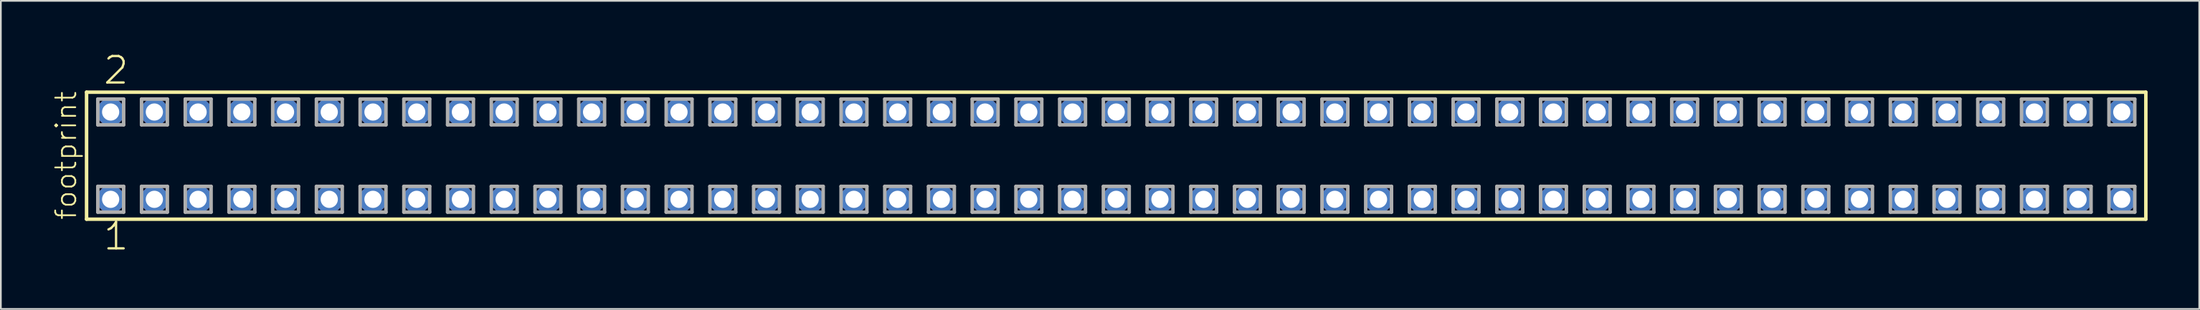
<source format=kicad_pcb>
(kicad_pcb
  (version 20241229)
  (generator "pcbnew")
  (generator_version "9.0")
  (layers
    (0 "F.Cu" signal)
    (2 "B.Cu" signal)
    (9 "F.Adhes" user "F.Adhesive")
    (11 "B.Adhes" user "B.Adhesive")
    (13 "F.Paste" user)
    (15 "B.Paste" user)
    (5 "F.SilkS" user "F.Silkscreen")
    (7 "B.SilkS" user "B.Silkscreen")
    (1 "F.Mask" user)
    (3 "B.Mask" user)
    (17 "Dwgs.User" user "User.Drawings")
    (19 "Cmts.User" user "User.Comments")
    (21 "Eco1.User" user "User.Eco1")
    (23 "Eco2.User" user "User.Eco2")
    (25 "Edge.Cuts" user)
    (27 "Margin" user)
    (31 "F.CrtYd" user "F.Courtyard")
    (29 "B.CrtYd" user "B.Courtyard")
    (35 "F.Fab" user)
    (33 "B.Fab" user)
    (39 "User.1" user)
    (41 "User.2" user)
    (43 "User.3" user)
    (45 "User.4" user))
  (footprint "footprint"
    (layer "F.Cu")
    (at 61.798 6.009)
    (property "Reference" "footprint" (at -60.325 3.81 90) (layer "F.SilkS") (effects (font (size 1.168 1.168) (thickness 0.102)) (justify left bottom)))
    (fp_line (start -59.819 -3.695) (end 59.819 -3.695) (stroke (width 0.203) (type solid)) (layer "F.SilkS"))
    (fp_line (start -59.819 3.695) (end -59.819 -3.695) (stroke (width 0.203) (type solid)) (layer "F.SilkS"))
    (fp_line (start 59.819 -3.695) (end 59.819 3.695) (stroke (width 0.203) (type solid)) (layer "F.SilkS"))
    (fp_line (start 59.819 3.695) (end -59.819 3.695) (stroke (width 0.203) (type solid)) (layer "F.SilkS"))
    (fp_line (start -59.165 -3.295) (end -57.665 -3.295) (stroke (width 0.203) (type solid)) (layer "F.Fab"))
    (fp_line (start -59.165 -1.795) (end -59.165 -3.295) (stroke (width 0.203) (type solid)) (layer "F.Fab"))
    (fp_line (start -59.165 1.785) (end -57.665 1.785) (stroke (width 0.203) (type solid)) (layer "F.Fab"))
    (fp_line (start -59.165 3.285) (end -59.165 1.785) (stroke (width 0.203) (type solid)) (layer "F.Fab"))
    (fp_line (start -57.665 -3.295) (end -57.665 -1.795) (stroke (width 0.203) (type solid)) (layer "F.Fab"))
    (fp_line (start -57.665 -1.795) (end -59.165 -1.795) (stroke (width 0.203) (type solid)) (layer "F.Fab"))
    (fp_line (start -57.665 1.785) (end -57.665 3.285) (stroke (width 0.203) (type solid)) (layer "F.Fab"))
    (fp_line (start -57.665 3.285) (end -59.165 3.285) (stroke (width 0.203) (type solid)) (layer "F.Fab"))
    (fp_line (start -56.625 -3.295) (end -55.125 -3.295) (stroke (width 0.203) (type solid)) (layer "F.Fab"))
    (fp_line (start -56.625 -1.795) (end -56.625 -3.295) (stroke (width 0.203) (type solid)) (layer "F.Fab"))
    (fp_line (start -56.625 1.785) (end -55.125 1.785) (stroke (width 0.203) (type solid)) (layer "F.Fab"))
    (fp_line (start -56.625 3.285) (end -56.625 1.785) (stroke (width 0.203) (type solid)) (layer "F.Fab"))
    (fp_line (start -55.125 -3.295) (end -55.125 -1.795) (stroke (width 0.203) (type solid)) (layer "F.Fab"))
    (fp_line (start -55.125 -1.795) (end -56.625 -1.795) (stroke (width 0.203) (type solid)) (layer "F.Fab"))
    (fp_line (start -55.125 1.785) (end -55.125 3.285) (stroke (width 0.203) (type solid)) (layer "F.Fab"))
    (fp_line (start -55.125 3.285) (end -56.625 3.285) (stroke (width 0.203) (type solid)) (layer "F.Fab"))
    (fp_line (start -54.085 -3.295) (end -52.585 -3.295) (stroke (width 0.203) (type solid)) (layer "F.Fab"))
    (fp_line (start -54.085 -1.795) (end -54.085 -3.295) (stroke (width 0.203) (type solid)) (layer "F.Fab"))
    (fp_line (start -54.085 1.785) (end -52.585 1.785) (stroke (width 0.203) (type solid)) (layer "F.Fab"))
    (fp_line (start -54.085 3.285) (end -54.085 1.785) (stroke (width 0.203) (type solid)) (layer "F.Fab"))
    (fp_line (start -52.585 -3.295) (end -52.585 -1.795) (stroke (width 0.203) (type solid)) (layer "F.Fab"))
    (fp_line (start -52.585 -1.795) (end -54.085 -1.795) (stroke (width 0.203) (type solid)) (layer "F.Fab"))
    (fp_line (start -52.585 1.785) (end -52.585 3.285) (stroke (width 0.203) (type solid)) (layer "F.Fab"))
    (fp_line (start -52.585 3.285) (end -54.085 3.285) (stroke (width 0.203) (type solid)) (layer "F.Fab"))
    (fp_line (start -51.545 -3.295) (end -50.045 -3.295) (stroke (width 0.203) (type solid)) (layer "F.Fab"))
    (fp_line (start -51.545 -1.795) (end -51.545 -3.295) (stroke (width 0.203) (type solid)) (layer "F.Fab"))
    (fp_line (start -51.545 1.785) (end -50.045 1.785) (stroke (width 0.203) (type solid)) (layer "F.Fab"))
    (fp_line (start -51.545 3.285) (end -51.545 1.785) (stroke (width 0.203) (type solid)) (layer "F.Fab"))
    (fp_line (start -50.045 -3.295) (end -50.045 -1.795) (stroke (width 0.203) (type solid)) (layer "F.Fab"))
    (fp_line (start -50.045 -1.795) (end -51.545 -1.795) (stroke (width 0.203) (type solid)) (layer "F.Fab"))
    (fp_line (start -50.045 1.785) (end -50.045 3.285) (stroke (width 0.203) (type solid)) (layer "F.Fab"))
    (fp_line (start -50.045 3.285) (end -51.545 3.285) (stroke (width 0.203) (type solid)) (layer "F.Fab"))
    (fp_line (start -49.005 -3.295) (end -47.505 -3.295) (stroke (width 0.203) (type solid)) (layer "F.Fab"))
    (fp_line (start -49.005 -1.795) (end -49.005 -3.295) (stroke (width 0.203) (type solid)) (layer "F.Fab"))
    (fp_line (start -49.005 1.785) (end -47.505 1.785) (stroke (width 0.203) (type solid)) (layer "F.Fab"))
    (fp_line (start -49.005 3.285) (end -49.005 1.785) (stroke (width 0.203) (type solid)) (layer "F.Fab"))
    (fp_line (start -47.505 -3.295) (end -47.505 -1.795) (stroke (width 0.203) (type solid)) (layer "F.Fab"))
    (fp_line (start -47.505 -1.795) (end -49.005 -1.795) (stroke (width 0.203) (type solid)) (layer "F.Fab"))
    (fp_line (start -47.505 1.785) (end -47.505 3.285) (stroke (width 0.203) (type solid)) (layer "F.Fab"))
    (fp_line (start -47.505 3.285) (end -49.005 3.285) (stroke (width 0.203) (type solid)) (layer "F.Fab"))
    (fp_line (start -46.465 -3.295) (end -44.965 -3.295) (stroke (width 0.203) (type solid)) (layer "F.Fab"))
    (fp_line (start -46.465 -1.795) (end -46.465 -3.295) (stroke (width 0.203) (type solid)) (layer "F.Fab"))
    (fp_line (start -46.465 1.785) (end -44.965 1.785) (stroke (width 0.203) (type solid)) (layer "F.Fab"))
    (fp_line (start -46.465 3.285) (end -46.465 1.785) (stroke (width 0.203) (type solid)) (layer "F.Fab"))
    (fp_line (start -44.965 -3.295) (end -44.965 -1.795) (stroke (width 0.203) (type solid)) (layer "F.Fab"))
    (fp_line (start -44.965 -1.795) (end -46.465 -1.795) (stroke (width 0.203) (type solid)) (layer "F.Fab"))
    (fp_line (start -44.965 1.785) (end -44.965 3.285) (stroke (width 0.203) (type solid)) (layer "F.Fab"))
    (fp_line (start -44.965 3.285) (end -46.465 3.285) (stroke (width 0.203) (type solid)) (layer "F.Fab"))
    (fp_line (start -43.925 -3.295) (end -42.425 -3.295) (stroke (width 0.203) (type solid)) (layer "F.Fab"))
    (fp_line (start -43.925 -1.795) (end -43.925 -3.295) (stroke (width 0.203) (type solid)) (layer "F.Fab"))
    (fp_line (start -43.925 1.785) (end -42.425 1.785) (stroke (width 0.203) (type solid)) (layer "F.Fab"))
    (fp_line (start -43.925 3.285) (end -43.925 1.785) (stroke (width 0.203) (type solid)) (layer "F.Fab"))
    (fp_line (start -42.425 -3.295) (end -42.425 -1.795) (stroke (width 0.203) (type solid)) (layer "F.Fab"))
    (fp_line (start -42.425 -1.795) (end -43.925 -1.795) (stroke (width 0.203) (type solid)) (layer "F.Fab"))
    (fp_line (start -42.425 1.785) (end -42.425 3.285) (stroke (width 0.203) (type solid)) (layer "F.Fab"))
    (fp_line (start -42.425 3.285) (end -43.925 3.285) (stroke (width 0.203) (type solid)) (layer "F.Fab"))
    (fp_line (start -41.385 -3.295) (end -39.885 -3.295) (stroke (width 0.203) (type solid)) (layer "F.Fab"))
    (fp_line (start -41.385 -1.795) (end -41.385 -3.295) (stroke (width 0.203) (type solid)) (layer "F.Fab"))
    (fp_line (start -41.385 1.785) (end -39.885 1.785) (stroke (width 0.203) (type solid)) (layer "F.Fab"))
    (fp_line (start -41.385 3.285) (end -41.385 1.785) (stroke (width 0.203) (type solid)) (layer "F.Fab"))
    (fp_line (start -39.885 -3.295) (end -39.885 -1.795) (stroke (width 0.203) (type solid)) (layer "F.Fab"))
    (fp_line (start -39.885 -1.795) (end -41.385 -1.795) (stroke (width 0.203) (type solid)) (layer "F.Fab"))
    (fp_line (start -39.885 1.785) (end -39.885 3.285) (stroke (width 0.203) (type solid)) (layer "F.Fab"))
    (fp_line (start -39.885 3.285) (end -41.385 3.285) (stroke (width 0.203) (type solid)) (layer "F.Fab"))
    (fp_line (start -38.845 -3.295) (end -37.345 -3.295) (stroke (width 0.203) (type solid)) (layer "F.Fab"))
    (fp_line (start -38.845 -1.795) (end -38.845 -3.295) (stroke (width 0.203) (type solid)) (layer "F.Fab"))
    (fp_line (start -38.845 1.785) (end -37.345 1.785) (stroke (width 0.203) (type solid)) (layer "F.Fab"))
    (fp_line (start -38.845 3.285) (end -38.845 1.785) (stroke (width 0.203) (type solid)) (layer "F.Fab"))
    (fp_line (start -37.345 -3.295) (end -37.345 -1.795) (stroke (width 0.203) (type solid)) (layer "F.Fab"))
    (fp_line (start -37.345 -1.795) (end -38.845 -1.795) (stroke (width 0.203) (type solid)) (layer "F.Fab"))
    (fp_line (start -37.345 1.785) (end -37.345 3.285) (stroke (width 0.203) (type solid)) (layer "F.Fab"))
    (fp_line (start -37.345 3.285) (end -38.845 3.285) (stroke (width 0.203) (type solid)) (layer "F.Fab"))
    (fp_line (start -36.305 -3.295) (end -34.805 -3.295) (stroke (width 0.203) (type solid)) (layer "F.Fab"))
    (fp_line (start -36.305 -1.795) (end -36.305 -3.295) (stroke (width 0.203) (type solid)) (layer "F.Fab"))
    (fp_line (start -36.305 1.785) (end -34.805 1.785) (stroke (width 0.203) (type solid)) (layer "F.Fab"))
    (fp_line (start -36.305 3.285) (end -36.305 1.785) (stroke (width 0.203) (type solid)) (layer "F.Fab"))
    (fp_line (start -34.805 -3.295) (end -34.805 -1.795) (stroke (width 0.203) (type solid)) (layer "F.Fab"))
    (fp_line (start -34.805 -1.795) (end -36.305 -1.795) (stroke (width 0.203) (type solid)) (layer "F.Fab"))
    (fp_line (start -34.805 1.785) (end -34.805 3.285) (stroke (width 0.203) (type solid)) (layer "F.Fab"))
    (fp_line (start -34.805 3.285) (end -36.305 3.285) (stroke (width 0.203) (type solid)) (layer "F.Fab"))
    (fp_line (start -33.765 -3.295) (end -32.265 -3.295) (stroke (width 0.203) (type solid)) (layer "F.Fab"))
    (fp_line (start -33.765 -1.795) (end -33.765 -3.295) (stroke (width 0.203) (type solid)) (layer "F.Fab"))
    (fp_line (start -33.765 1.785) (end -32.265 1.785) (stroke (width 0.203) (type solid)) (layer "F.Fab"))
    (fp_line (start -33.765 3.285) (end -33.765 1.785) (stroke (width 0.203) (type solid)) (layer "F.Fab"))
    (fp_line (start -32.265 -3.295) (end -32.265 -1.795) (stroke (width 0.203) (type solid)) (layer "F.Fab"))
    (fp_line (start -32.265 -1.795) (end -33.765 -1.795) (stroke (width 0.203) (type solid)) (layer "F.Fab"))
    (fp_line (start -32.265 1.785) (end -32.265 3.285) (stroke (width 0.203) (type solid)) (layer "F.Fab"))
    (fp_line (start -32.265 3.285) (end -33.765 3.285) (stroke (width 0.203) (type solid)) (layer "F.Fab"))
    (fp_line (start -31.225 -3.295) (end -29.725 -3.295) (stroke (width 0.203) (type solid)) (layer "F.Fab"))
    (fp_line (start -31.225 -1.795) (end -31.225 -3.295) (stroke (width 0.203) (type solid)) (layer "F.Fab"))
    (fp_line (start -31.225 1.785) (end -29.725 1.785) (stroke (width 0.203) (type solid)) (layer "F.Fab"))
    (fp_line (start -31.225 3.285) (end -31.225 1.785) (stroke (width 0.203) (type solid)) (layer "F.Fab"))
    (fp_line (start -29.725 -3.295) (end -29.725 -1.795) (stroke (width 0.203) (type solid)) (layer "F.Fab"))
    (fp_line (start -29.725 -1.795) (end -31.225 -1.795) (stroke (width 0.203) (type solid)) (layer "F.Fab"))
    (fp_line (start -29.725 1.785) (end -29.725 3.285) (stroke (width 0.203) (type solid)) (layer "F.Fab"))
    (fp_line (start -29.725 3.285) (end -31.225 3.285) (stroke (width 0.203) (type solid)) (layer "F.Fab"))
    (fp_line (start -28.685 -3.295) (end -27.185 -3.295) (stroke (width 0.203) (type solid)) (layer "F.Fab"))
    (fp_line (start -28.685 -1.795) (end -28.685 -3.295) (stroke (width 0.203) (type solid)) (layer "F.Fab"))
    (fp_line (start -28.685 1.785) (end -27.185 1.785) (stroke (width 0.203) (type solid)) (layer "F.Fab"))
    (fp_line (start -28.685 3.285) (end -28.685 1.785) (stroke (width 0.203) (type solid)) (layer "F.Fab"))
    (fp_line (start -27.185 -3.295) (end -27.185 -1.795) (stroke (width 0.203) (type solid)) (layer "F.Fab"))
    (fp_line (start -27.185 -1.795) (end -28.685 -1.795) (stroke (width 0.203) (type solid)) (layer "F.Fab"))
    (fp_line (start -27.185 1.785) (end -27.185 3.285) (stroke (width 0.203) (type solid)) (layer "F.Fab"))
    (fp_line (start -27.185 3.285) (end -28.685 3.285) (stroke (width 0.203) (type solid)) (layer "F.Fab"))
    (fp_line (start -26.145 -3.295) (end -24.645 -3.295) (stroke (width 0.203) (type solid)) (layer "F.Fab"))
    (fp_line (start -26.145 -1.795) (end -26.145 -3.295) (stroke (width 0.203) (type solid)) (layer "F.Fab"))
    (fp_line (start -26.145 1.785) (end -24.645 1.785) (stroke (width 0.203) (type solid)) (layer "F.Fab"))
    (fp_line (start -26.145 3.285) (end -26.145 1.785) (stroke (width 0.203) (type solid)) (layer "F.Fab"))
    (fp_line (start -24.645 -3.295) (end -24.645 -1.795) (stroke (width 0.203) (type solid)) (layer "F.Fab"))
    (fp_line (start -24.645 -1.795) (end -26.145 -1.795) (stroke (width 0.203) (type solid)) (layer "F.Fab"))
    (fp_line (start -24.645 1.785) (end -24.645 3.285) (stroke (width 0.203) (type solid)) (layer "F.Fab"))
    (fp_line (start -24.645 3.285) (end -26.145 3.285) (stroke (width 0.203) (type solid)) (layer "F.Fab"))
    (fp_line (start -23.605 -3.295) (end -22.105 -3.295) (stroke (width 0.203) (type solid)) (layer "F.Fab"))
    (fp_line (start -23.605 -1.795) (end -23.605 -3.295) (stroke (width 0.203) (type solid)) (layer "F.Fab"))
    (fp_line (start -23.605 1.785) (end -22.105 1.785) (stroke (width 0.203) (type solid)) (layer "F.Fab"))
    (fp_line (start -23.605 3.285) (end -23.605 1.785) (stroke (width 0.203) (type solid)) (layer "F.Fab"))
    (fp_line (start -22.105 -3.295) (end -22.105 -1.795) (stroke (width 0.203) (type solid)) (layer "F.Fab"))
    (fp_line (start -22.105 -1.795) (end -23.605 -1.795) (stroke (width 0.203) (type solid)) (layer "F.Fab"))
    (fp_line (start -22.105 1.785) (end -22.105 3.285) (stroke (width 0.203) (type solid)) (layer "F.Fab"))
    (fp_line (start -22.105 3.285) (end -23.605 3.285) (stroke (width 0.203) (type solid)) (layer "F.Fab"))
    (fp_line (start -21.065 -3.295) (end -19.565 -3.295) (stroke (width 0.203) (type solid)) (layer "F.Fab"))
    (fp_line (start -21.065 -1.795) (end -21.065 -3.295) (stroke (width 0.203) (type solid)) (layer "F.Fab"))
    (fp_line (start -21.065 1.785) (end -19.565 1.785) (stroke (width 0.203) (type solid)) (layer "F.Fab"))
    (fp_line (start -21.065 3.285) (end -21.065 1.785) (stroke (width 0.203) (type solid)) (layer "F.Fab"))
    (fp_line (start -19.565 -3.295) (end -19.565 -1.795) (stroke (width 0.203) (type solid)) (layer "F.Fab"))
    (fp_line (start -19.565 -1.795) (end -21.065 -1.795) (stroke (width 0.203) (type solid)) (layer "F.Fab"))
    (fp_line (start -19.565 1.785) (end -19.565 3.285) (stroke (width 0.203) (type solid)) (layer "F.Fab"))
    (fp_line (start -19.565 3.285) (end -21.065 3.285) (stroke (width 0.203) (type solid)) (layer "F.Fab"))
    (fp_line (start -18.525 -3.295) (end -17.025 -3.295) (stroke (width 0.203) (type solid)) (layer "F.Fab"))
    (fp_line (start -18.525 -1.795) (end -18.525 -3.295) (stroke (width 0.203) (type solid)) (layer "F.Fab"))
    (fp_line (start -18.525 1.785) (end -17.025 1.785) (stroke (width 0.203) (type solid)) (layer "F.Fab"))
    (fp_line (start -18.525 3.285) (end -18.525 1.785) (stroke (width 0.203) (type solid)) (layer "F.Fab"))
    (fp_line (start -17.025 -3.295) (end -17.025 -1.795) (stroke (width 0.203) (type solid)) (layer "F.Fab"))
    (fp_line (start -17.025 -1.795) (end -18.525 -1.795) (stroke (width 0.203) (type solid)) (layer "F.Fab"))
    (fp_line (start -17.025 1.785) (end -17.025 3.285) (stroke (width 0.203) (type solid)) (layer "F.Fab"))
    (fp_line (start -17.025 3.285) (end -18.525 3.285) (stroke (width 0.203) (type solid)) (layer "F.Fab"))
    (fp_line (start -15.985 -3.295) (end -14.485 -3.295) (stroke (width 0.203) (type solid)) (layer "F.Fab"))
    (fp_line (start -15.985 -1.795) (end -15.985 -3.295) (stroke (width 0.203) (type solid)) (layer "F.Fab"))
    (fp_line (start -15.985 1.785) (end -14.485 1.785) (stroke (width 0.203) (type solid)) (layer "F.Fab"))
    (fp_line (start -15.985 3.285) (end -15.985 1.785) (stroke (width 0.203) (type solid)) (layer "F.Fab"))
    (fp_line (start -14.485 -3.295) (end -14.485 -1.795) (stroke (width 0.203) (type solid)) (layer "F.Fab"))
    (fp_line (start -14.485 -1.795) (end -15.985 -1.795) (stroke (width 0.203) (type solid)) (layer "F.Fab"))
    (fp_line (start -14.485 1.785) (end -14.485 3.285) (stroke (width 0.203) (type solid)) (layer "F.Fab"))
    (fp_line (start -14.485 3.285) (end -15.985 3.285) (stroke (width 0.203) (type solid)) (layer "F.Fab"))
    (fp_line (start -13.445 -3.295) (end -11.945 -3.295) (stroke (width 0.203) (type solid)) (layer "F.Fab"))
    (fp_line (start -13.445 -1.795) (end -13.445 -3.295) (stroke (width 0.203) (type solid)) (layer "F.Fab"))
    (fp_line (start -13.445 1.785) (end -11.945 1.785) (stroke (width 0.203) (type solid)) (layer "F.Fab"))
    (fp_line (start -13.445 3.285) (end -13.445 1.785) (stroke (width 0.203) (type solid)) (layer "F.Fab"))
    (fp_line (start -11.945 -3.295) (end -11.945 -1.795) (stroke (width 0.203) (type solid)) (layer "F.Fab"))
    (fp_line (start -11.945 -1.795) (end -13.445 -1.795) (stroke (width 0.203) (type solid)) (layer "F.Fab"))
    (fp_line (start -11.945 1.785) (end -11.945 3.285) (stroke (width 0.203) (type solid)) (layer "F.Fab"))
    (fp_line (start -11.945 3.285) (end -13.445 3.285) (stroke (width 0.203) (type solid)) (layer "F.Fab"))
    (fp_line (start -10.905 -3.295) (end -9.405 -3.295) (stroke (width 0.203) (type solid)) (layer "F.Fab"))
    (fp_line (start -10.905 -1.795) (end -10.905 -3.295) (stroke (width 0.203) (type solid)) (layer "F.Fab"))
    (fp_line (start -10.905 1.785) (end -9.405 1.785) (stroke (width 0.203) (type solid)) (layer "F.Fab"))
    (fp_line (start -10.905 3.285) (end -10.905 1.785) (stroke (width 0.203) (type solid)) (layer "F.Fab"))
    (fp_line (start -9.405 -3.295) (end -9.405 -1.795) (stroke (width 0.203) (type solid)) (layer "F.Fab"))
    (fp_line (start -9.405 -1.795) (end -10.905 -1.795) (stroke (width 0.203) (type solid)) (layer "F.Fab"))
    (fp_line (start -9.405 1.785) (end -9.405 3.285) (stroke (width 0.203) (type solid)) (layer "F.Fab"))
    (fp_line (start -9.405 3.285) (end -10.905 3.285) (stroke (width 0.203) (type solid)) (layer "F.Fab"))
    (fp_line (start -8.365 -3.295) (end -6.865 -3.295) (stroke (width 0.203) (type solid)) (layer "F.Fab"))
    (fp_line (start -8.365 -1.795) (end -8.365 -3.295) (stroke (width 0.203) (type solid)) (layer "F.Fab"))
    (fp_line (start -8.365 1.785) (end -6.865 1.785) (stroke (width 0.203) (type solid)) (layer "F.Fab"))
    (fp_line (start -8.365 3.285) (end -8.365 1.785) (stroke (width 0.203) (type solid)) (layer "F.Fab"))
    (fp_line (start -6.865 -3.295) (end -6.865 -1.795) (stroke (width 0.203) (type solid)) (layer "F.Fab"))
    (fp_line (start -6.865 -1.795) (end -8.365 -1.795) (stroke (width 0.203) (type solid)) (layer "F.Fab"))
    (fp_line (start -6.865 1.785) (end -6.865 3.285) (stroke (width 0.203) (type solid)) (layer "F.Fab"))
    (fp_line (start -6.865 3.285) (end -8.365 3.285) (stroke (width 0.203) (type solid)) (layer "F.Fab"))
    (fp_line (start -5.825 -3.295) (end -4.325 -3.295) (stroke (width 0.203) (type solid)) (layer "F.Fab"))
    (fp_line (start -5.825 -1.795) (end -5.825 -3.295) (stroke (width 0.203) (type solid)) (layer "F.Fab"))
    (fp_line (start -5.825 1.785) (end -4.325 1.785) (stroke (width 0.203) (type solid)) (layer "F.Fab"))
    (fp_line (start -5.825 3.285) (end -5.825 1.785) (stroke (width 0.203) (type solid)) (layer "F.Fab"))
    (fp_line (start -4.325 -3.295) (end -4.325 -1.795) (stroke (width 0.203) (type solid)) (layer "F.Fab"))
    (fp_line (start -4.325 -1.795) (end -5.825 -1.795) (stroke (width 0.203) (type solid)) (layer "F.Fab"))
    (fp_line (start -4.325 1.785) (end -4.325 3.285) (stroke (width 0.203) (type solid)) (layer "F.Fab"))
    (fp_line (start -4.325 3.285) (end -5.825 3.285) (stroke (width 0.203) (type solid)) (layer "F.Fab"))
    (fp_line (start -3.285 -3.295) (end -1.785 -3.295) (stroke (width 0.203) (type solid)) (layer "F.Fab"))
    (fp_line (start -3.285 -1.795) (end -3.285 -3.295) (stroke (width 0.203) (type solid)) (layer "F.Fab"))
    (fp_line (start -3.285 1.785) (end -1.785 1.785) (stroke (width 0.203) (type solid)) (layer "F.Fab"))
    (fp_line (start -3.285 3.285) (end -3.285 1.785) (stroke (width 0.203) (type solid)) (layer "F.Fab"))
    (fp_line (start -1.785 -3.295) (end -1.785 -1.795) (stroke (width 0.203) (type solid)) (layer "F.Fab"))
    (fp_line (start -1.785 -1.795) (end -3.285 -1.795) (stroke (width 0.203) (type solid)) (layer "F.Fab"))
    (fp_line (start -1.785 1.785) (end -1.785 3.285) (stroke (width 0.203) (type solid)) (layer "F.Fab"))
    (fp_line (start -1.785 3.285) (end -3.285 3.285) (stroke (width 0.203) (type solid)) (layer "F.Fab"))
    (fp_line (start -0.745 -3.295) (end 0.755 -3.295) (stroke (width 0.203) (type solid)) (layer "F.Fab"))
    (fp_line (start -0.745 -1.795) (end -0.745 -3.295) (stroke (width 0.203) (type solid)) (layer "F.Fab"))
    (fp_line (start -0.745 1.785) (end 0.755 1.785) (stroke (width 0.203) (type solid)) (layer "F.Fab"))
    (fp_line (start -0.745 3.285) (end -0.745 1.785) (stroke (width 0.203) (type solid)) (layer "F.Fab"))
    (fp_line (start 0.755 -3.295) (end 0.755 -1.795) (stroke (width 0.203) (type solid)) (layer "F.Fab"))
    (fp_line (start 0.755 -1.795) (end -0.745 -1.795) (stroke (width 0.203) (type solid)) (layer "F.Fab"))
    (fp_line (start 0.755 1.785) (end 0.755 3.285) (stroke (width 0.203) (type solid)) (layer "F.Fab"))
    (fp_line (start 0.755 3.285) (end -0.745 3.285) (stroke (width 0.203) (type solid)) (layer "F.Fab"))
    (fp_line (start 1.795 -3.295) (end 3.295 -3.295) (stroke (width 0.203) (type solid)) (layer "F.Fab"))
    (fp_line (start 1.795 -1.795) (end 1.795 -3.295) (stroke (width 0.203) (type solid)) (layer "F.Fab"))
    (fp_line (start 1.795 1.785) (end 3.295 1.785) (stroke (width 0.203) (type solid)) (layer "F.Fab"))
    (fp_line (start 1.795 3.285) (end 1.795 1.785) (stroke (width 0.203) (type solid)) (layer "F.Fab"))
    (fp_line (start 3.295 -3.295) (end 3.295 -1.795) (stroke (width 0.203) (type solid)) (layer "F.Fab"))
    (fp_line (start 3.295 -1.795) (end 1.795 -1.795) (stroke (width 0.203) (type solid)) (layer "F.Fab"))
    (fp_line (start 3.295 1.785) (end 3.295 3.285) (stroke (width 0.203) (type solid)) (layer "F.Fab"))
    (fp_line (start 3.295 3.285) (end 1.795 3.285) (stroke (width 0.203) (type solid)) (layer "F.Fab"))
    (fp_line (start 4.335 -3.295) (end 5.835 -3.295) (stroke (width 0.203) (type solid)) (layer "F.Fab"))
    (fp_line (start 4.335 -1.795) (end 4.335 -3.295) (stroke (width 0.203) (type solid)) (layer "F.Fab"))
    (fp_line (start 4.335 1.785) (end 5.835 1.785) (stroke (width 0.203) (type solid)) (layer "F.Fab"))
    (fp_line (start 4.335 3.285) (end 4.335 1.785) (stroke (width 0.203) (type solid)) (layer "F.Fab"))
    (fp_line (start 5.835 -3.295) (end 5.835 -1.795) (stroke (width 0.203) (type solid)) (layer "F.Fab"))
    (fp_line (start 5.835 -1.795) (end 4.335 -1.795) (stroke (width 0.203) (type solid)) (layer "F.Fab"))
    (fp_line (start 5.835 1.785) (end 5.835 3.285) (stroke (width 0.203) (type solid)) (layer "F.Fab"))
    (fp_line (start 5.835 3.285) (end 4.335 3.285) (stroke (width 0.203) (type solid)) (layer "F.Fab"))
    (fp_line (start 6.875 -3.295) (end 8.375 -3.295) (stroke (width 0.203) (type solid)) (layer "F.Fab"))
    (fp_line (start 6.875 -1.795) (end 6.875 -3.295) (stroke (width 0.203) (type solid)) (layer "F.Fab"))
    (fp_line (start 6.875 1.785) (end 8.375 1.785) (stroke (width 0.203) (type solid)) (layer "F.Fab"))
    (fp_line (start 6.875 3.285) (end 6.875 1.785) (stroke (width 0.203) (type solid)) (layer "F.Fab"))
    (fp_line (start 8.375 -3.295) (end 8.375 -1.795) (stroke (width 0.203) (type solid)) (layer "F.Fab"))
    (fp_line (start 8.375 -1.795) (end 6.875 -1.795) (stroke (width 0.203) (type solid)) (layer "F.Fab"))
    (fp_line (start 8.375 1.785) (end 8.375 3.285) (stroke (width 0.203) (type solid)) (layer "F.Fab"))
    (fp_line (start 8.375 3.285) (end 6.875 3.285) (stroke (width 0.203) (type solid)) (layer "F.Fab"))
    (fp_line (start 9.415 -3.295) (end 10.915 -3.295) (stroke (width 0.203) (type solid)) (layer "F.Fab"))
    (fp_line (start 9.415 -1.795) (end 9.415 -3.295) (stroke (width 0.203) (type solid)) (layer "F.Fab"))
    (fp_line (start 9.415 1.785) (end 10.915 1.785) (stroke (width 0.203) (type solid)) (layer "F.Fab"))
    (fp_line (start 9.415 3.285) (end 9.415 1.785) (stroke (width 0.203) (type solid)) (layer "F.Fab"))
    (fp_line (start 10.915 -3.295) (end 10.915 -1.795) (stroke (width 0.203) (type solid)) (layer "F.Fab"))
    (fp_line (start 10.915 -1.795) (end 9.415 -1.795) (stroke (width 0.203) (type solid)) (layer "F.Fab"))
    (fp_line (start 10.915 1.785) (end 10.915 3.285) (stroke (width 0.203) (type solid)) (layer "F.Fab"))
    (fp_line (start 10.915 3.285) (end 9.415 3.285) (stroke (width 0.203) (type solid)) (layer "F.Fab"))
    (fp_line (start 11.955 -3.295) (end 13.455 -3.295) (stroke (width 0.203) (type solid)) (layer "F.Fab"))
    (fp_line (start 11.955 -1.795) (end 11.955 -3.295) (stroke (width 0.203) (type solid)) (layer "F.Fab"))
    (fp_line (start 11.955 1.785) (end 13.455 1.785) (stroke (width 0.203) (type solid)) (layer "F.Fab"))
    (fp_line (start 11.955 3.285) (end 11.955 1.785) (stroke (width 0.203) (type solid)) (layer "F.Fab"))
    (fp_line (start 13.455 -3.295) (end 13.455 -1.795) (stroke (width 0.203) (type solid)) (layer "F.Fab"))
    (fp_line (start 13.455 -1.795) (end 11.955 -1.795) (stroke (width 0.203) (type solid)) (layer "F.Fab"))
    (fp_line (start 13.455 1.785) (end 13.455 3.285) (stroke (width 0.203) (type solid)) (layer "F.Fab"))
    (fp_line (start 13.455 3.285) (end 11.955 3.285) (stroke (width 0.203) (type solid)) (layer "F.Fab"))
    (fp_line (start 14.495 -3.295) (end 15.995 -3.295) (stroke (width 0.203) (type solid)) (layer "F.Fab"))
    (fp_line (start 14.495 -1.795) (end 14.495 -3.295) (stroke (width 0.203) (type solid)) (layer "F.Fab"))
    (fp_line (start 14.495 1.785) (end 15.995 1.785) (stroke (width 0.203) (type solid)) (layer "F.Fab"))
    (fp_line (start 14.495 3.285) (end 14.495 1.785) (stroke (width 0.203) (type solid)) (layer "F.Fab"))
    (fp_line (start 15.995 -3.295) (end 15.995 -1.795) (stroke (width 0.203) (type solid)) (layer "F.Fab"))
    (fp_line (start 15.995 -1.795) (end 14.495 -1.795) (stroke (width 0.203) (type solid)) (layer "F.Fab"))
    (fp_line (start 15.995 1.785) (end 15.995 3.285) (stroke (width 0.203) (type solid)) (layer "F.Fab"))
    (fp_line (start 15.995 3.285) (end 14.495 3.285) (stroke (width 0.203) (type solid)) (layer "F.Fab"))
    (fp_line (start 17.035 -3.295) (end 18.535 -3.295) (stroke (width 0.203) (type solid)) (layer "F.Fab"))
    (fp_line (start 17.035 -1.795) (end 17.035 -3.295) (stroke (width 0.203) (type solid)) (layer "F.Fab"))
    (fp_line (start 17.035 1.785) (end 18.535 1.785) (stroke (width 0.203) (type solid)) (layer "F.Fab"))
    (fp_line (start 17.035 3.285) (end 17.035 1.785) (stroke (width 0.203) (type solid)) (layer "F.Fab"))
    (fp_line (start 18.535 -3.295) (end 18.535 -1.795) (stroke (width 0.203) (type solid)) (layer "F.Fab"))
    (fp_line (start 18.535 -1.795) (end 17.035 -1.795) (stroke (width 0.203) (type solid)) (layer "F.Fab"))
    (fp_line (start 18.535 1.785) (end 18.535 3.285) (stroke (width 0.203) (type solid)) (layer "F.Fab"))
    (fp_line (start 18.535 3.285) (end 17.035 3.285) (stroke (width 0.203) (type solid)) (layer "F.Fab"))
    (fp_line (start 19.575 -3.295) (end 21.075 -3.295) (stroke (width 0.203) (type solid)) (layer "F.Fab"))
    (fp_line (start 19.575 -1.795) (end 19.575 -3.295) (stroke (width 0.203) (type solid)) (layer "F.Fab"))
    (fp_line (start 19.575 1.785) (end 21.075 1.785) (stroke (width 0.203) (type solid)) (layer "F.Fab"))
    (fp_line (start 19.575 3.285) (end 19.575 1.785) (stroke (width 0.203) (type solid)) (layer "F.Fab"))
    (fp_line (start 21.075 -3.295) (end 21.075 -1.795) (stroke (width 0.203) (type solid)) (layer "F.Fab"))
    (fp_line (start 21.075 -1.795) (end 19.575 -1.795) (stroke (width 0.203) (type solid)) (layer "F.Fab"))
    (fp_line (start 21.075 1.785) (end 21.075 3.285) (stroke (width 0.203) (type solid)) (layer "F.Fab"))
    (fp_line (start 21.075 3.285) (end 19.575 3.285) (stroke (width 0.203) (type solid)) (layer "F.Fab"))
    (fp_line (start 22.115 -3.295) (end 23.615 -3.295) (stroke (width 0.203) (type solid)) (layer "F.Fab"))
    (fp_line (start 22.115 -1.795) (end 22.115 -3.295) (stroke (width 0.203) (type solid)) (layer "F.Fab"))
    (fp_line (start 22.115 1.785) (end 23.615 1.785) (stroke (width 0.203) (type solid)) (layer "F.Fab"))
    (fp_line (start 22.115 3.285) (end 22.115 1.785) (stroke (width 0.203) (type solid)) (layer "F.Fab"))
    (fp_line (start 23.615 -3.295) (end 23.615 -1.795) (stroke (width 0.203) (type solid)) (layer "F.Fab"))
    (fp_line (start 23.615 -1.795) (end 22.115 -1.795) (stroke (width 0.203) (type solid)) (layer "F.Fab"))
    (fp_line (start 23.615 1.785) (end 23.615 3.285) (stroke (width 0.203) (type solid)) (layer "F.Fab"))
    (fp_line (start 23.615 3.285) (end 22.115 3.285) (stroke (width 0.203) (type solid)) (layer "F.Fab"))
    (fp_line (start 24.655 -3.295) (end 26.155 -3.295) (stroke (width 0.203) (type solid)) (layer "F.Fab"))
    (fp_line (start 24.655 -1.795) (end 24.655 -3.295) (stroke (width 0.203) (type solid)) (layer "F.Fab"))
    (fp_line (start 24.655 1.785) (end 26.155 1.785) (stroke (width 0.203) (type solid)) (layer "F.Fab"))
    (fp_line (start 24.655 3.285) (end 24.655 1.785) (stroke (width 0.203) (type solid)) (layer "F.Fab"))
    (fp_line (start 26.155 -3.295) (end 26.155 -1.795) (stroke (width 0.203) (type solid)) (layer "F.Fab"))
    (fp_line (start 26.155 -1.795) (end 24.655 -1.795) (stroke (width 0.203) (type solid)) (layer "F.Fab"))
    (fp_line (start 26.155 1.785) (end 26.155 3.285) (stroke (width 0.203) (type solid)) (layer "F.Fab"))
    (fp_line (start 26.155 3.285) (end 24.655 3.285) (stroke (width 0.203) (type solid)) (layer "F.Fab"))
    (fp_line (start 27.195 -3.295) (end 28.695 -3.295) (stroke (width 0.203) (type solid)) (layer "F.Fab"))
    (fp_line (start 27.195 -1.795) (end 27.195 -3.295) (stroke (width 0.203) (type solid)) (layer "F.Fab"))
    (fp_line (start 27.195 1.785) (end 28.695 1.785) (stroke (width 0.203) (type solid)) (layer "F.Fab"))
    (fp_line (start 27.195 3.285) (end 27.195 1.785) (stroke (width 0.203) (type solid)) (layer "F.Fab"))
    (fp_line (start 28.695 -3.295) (end 28.695 -1.795) (stroke (width 0.203) (type solid)) (layer "F.Fab"))
    (fp_line (start 28.695 -1.795) (end 27.195 -1.795) (stroke (width 0.203) (type solid)) (layer "F.Fab"))
    (fp_line (start 28.695 1.785) (end 28.695 3.285) (stroke (width 0.203) (type solid)) (layer "F.Fab"))
    (fp_line (start 28.695 3.285) (end 27.195 3.285) (stroke (width 0.203) (type solid)) (layer "F.Fab"))
    (fp_line (start 29.735 -3.295) (end 31.235 -3.295) (stroke (width 0.203) (type solid)) (layer "F.Fab"))
    (fp_line (start 29.735 -1.795) (end 29.735 -3.295) (stroke (width 0.203) (type solid)) (layer "F.Fab"))
    (fp_line (start 29.735 1.785) (end 31.235 1.785) (stroke (width 0.203) (type solid)) (layer "F.Fab"))
    (fp_line (start 29.735 3.285) (end 29.735 1.785) (stroke (width 0.203) (type solid)) (layer "F.Fab"))
    (fp_line (start 31.235 -3.295) (end 31.235 -1.795) (stroke (width 0.203) (type solid)) (layer "F.Fab"))
    (fp_line (start 31.235 -1.795) (end 29.735 -1.795) (stroke (width 0.203) (type solid)) (layer "F.Fab"))
    (fp_line (start 31.235 1.785) (end 31.235 3.285) (stroke (width 0.203) (type solid)) (layer "F.Fab"))
    (fp_line (start 31.235 3.285) (end 29.735 3.285) (stroke (width 0.203) (type solid)) (layer "F.Fab"))
    (fp_line (start 32.275 -3.295) (end 33.775 -3.295) (stroke (width 0.203) (type solid)) (layer "F.Fab"))
    (fp_line (start 32.275 -1.795) (end 32.275 -3.295) (stroke (width 0.203) (type solid)) (layer "F.Fab"))
    (fp_line (start 32.275 1.785) (end 33.775 1.785) (stroke (width 0.203) (type solid)) (layer "F.Fab"))
    (fp_line (start 32.275 3.285) (end 32.275 1.785) (stroke (width 0.203) (type solid)) (layer "F.Fab"))
    (fp_line (start 33.775 -3.295) (end 33.775 -1.795) (stroke (width 0.203) (type solid)) (layer "F.Fab"))
    (fp_line (start 33.775 -1.795) (end 32.275 -1.795) (stroke (width 0.203) (type solid)) (layer "F.Fab"))
    (fp_line (start 33.775 1.785) (end 33.775 3.285) (stroke (width 0.203) (type solid)) (layer "F.Fab"))
    (fp_line (start 33.775 3.285) (end 32.275 3.285) (stroke (width 0.203) (type solid)) (layer "F.Fab"))
    (fp_line (start 34.815 -3.295) (end 36.315 -3.295) (stroke (width 0.203) (type solid)) (layer "F.Fab"))
    (fp_line (start 34.815 -1.795) (end 34.815 -3.295) (stroke (width 0.203) (type solid)) (layer "F.Fab"))
    (fp_line (start 34.815 1.785) (end 36.315 1.785) (stroke (width 0.203) (type solid)) (layer "F.Fab"))
    (fp_line (start 34.815 3.285) (end 34.815 1.785) (stroke (width 0.203) (type solid)) (layer "F.Fab"))
    (fp_line (start 36.315 -3.295) (end 36.315 -1.795) (stroke (width 0.203) (type solid)) (layer "F.Fab"))
    (fp_line (start 36.315 -1.795) (end 34.815 -1.795) (stroke (width 0.203) (type solid)) (layer "F.Fab"))
    (fp_line (start 36.315 1.785) (end 36.315 3.285) (stroke (width 0.203) (type solid)) (layer "F.Fab"))
    (fp_line (start 36.315 3.285) (end 34.815 3.285) (stroke (width 0.203) (type solid)) (layer "F.Fab"))
    (fp_line (start 37.355 -3.295) (end 38.855 -3.295) (stroke (width 0.203) (type solid)) (layer "F.Fab"))
    (fp_line (start 37.355 -1.795) (end 37.355 -3.295) (stroke (width 0.203) (type solid)) (layer "F.Fab"))
    (fp_line (start 37.355 1.785) (end 38.855 1.785) (stroke (width 0.203) (type solid)) (layer "F.Fab"))
    (fp_line (start 37.355 3.285) (end 37.355 1.785) (stroke (width 0.203) (type solid)) (layer "F.Fab"))
    (fp_line (start 38.855 -3.295) (end 38.855 -1.795) (stroke (width 0.203) (type solid)) (layer "F.Fab"))
    (fp_line (start 38.855 -1.795) (end 37.355 -1.795) (stroke (width 0.203) (type solid)) (layer "F.Fab"))
    (fp_line (start 38.855 1.785) (end 38.855 3.285) (stroke (width 0.203) (type solid)) (layer "F.Fab"))
    (fp_line (start 38.855 3.285) (end 37.355 3.285) (stroke (width 0.203) (type solid)) (layer "F.Fab"))
    (fp_line (start 39.895 -3.295) (end 41.395 -3.295) (stroke (width 0.203) (type solid)) (layer "F.Fab"))
    (fp_line (start 39.895 -1.795) (end 39.895 -3.295) (stroke (width 0.203) (type solid)) (layer "F.Fab"))
    (fp_line (start 39.895 1.785) (end 41.395 1.785) (stroke (width 0.203) (type solid)) (layer "F.Fab"))
    (fp_line (start 39.895 3.285) (end 39.895 1.785) (stroke (width 0.203) (type solid)) (layer "F.Fab"))
    (fp_line (start 41.395 -3.295) (end 41.395 -1.795) (stroke (width 0.203) (type solid)) (layer "F.Fab"))
    (fp_line (start 41.395 -1.795) (end 39.895 -1.795) (stroke (width 0.203) (type solid)) (layer "F.Fab"))
    (fp_line (start 41.395 1.785) (end 41.395 3.285) (stroke (width 0.203) (type solid)) (layer "F.Fab"))
    (fp_line (start 41.395 3.285) (end 39.895 3.285) (stroke (width 0.203) (type solid)) (layer "F.Fab"))
    (fp_line (start 42.435 -3.295) (end 43.935 -3.295) (stroke (width 0.203) (type solid)) (layer "F.Fab"))
    (fp_line (start 42.435 -1.795) (end 42.435 -3.295) (stroke (width 0.203) (type solid)) (layer "F.Fab"))
    (fp_line (start 42.435 1.785) (end 43.935 1.785) (stroke (width 0.203) (type solid)) (layer "F.Fab"))
    (fp_line (start 42.435 3.285) (end 42.435 1.785) (stroke (width 0.203) (type solid)) (layer "F.Fab"))
    (fp_line (start 43.935 -3.295) (end 43.935 -1.795) (stroke (width 0.203) (type solid)) (layer "F.Fab"))
    (fp_line (start 43.935 -1.795) (end 42.435 -1.795) (stroke (width 0.203) (type solid)) (layer "F.Fab"))
    (fp_line (start 43.935 1.785) (end 43.935 3.285) (stroke (width 0.203) (type solid)) (layer "F.Fab"))
    (fp_line (start 43.935 3.285) (end 42.435 3.285) (stroke (width 0.203) (type solid)) (layer "F.Fab"))
    (fp_line (start 44.975 -3.295) (end 46.475 -3.295) (stroke (width 0.203) (type solid)) (layer "F.Fab"))
    (fp_line (start 44.975 -1.795) (end 44.975 -3.295) (stroke (width 0.203) (type solid)) (layer "F.Fab"))
    (fp_line (start 44.975 1.785) (end 46.475 1.785) (stroke (width 0.203) (type solid)) (layer "F.Fab"))
    (fp_line (start 44.975 3.285) (end 44.975 1.785) (stroke (width 0.203) (type solid)) (layer "F.Fab"))
    (fp_line (start 46.475 -3.295) (end 46.475 -1.795) (stroke (width 0.203) (type solid)) (layer "F.Fab"))
    (fp_line (start 46.475 -1.795) (end 44.975 -1.795) (stroke (width 0.203) (type solid)) (layer "F.Fab"))
    (fp_line (start 46.475 1.785) (end 46.475 3.285) (stroke (width 0.203) (type solid)) (layer "F.Fab"))
    (fp_line (start 46.475 3.285) (end 44.975 3.285) (stroke (width 0.203) (type solid)) (layer "F.Fab"))
    (fp_line (start 47.515 -3.295) (end 49.015 -3.295) (stroke (width 0.203) (type solid)) (layer "F.Fab"))
    (fp_line (start 47.515 -1.795) (end 47.515 -3.295) (stroke (width 0.203) (type solid)) (layer "F.Fab"))
    (fp_line (start 47.515 1.785) (end 49.015 1.785) (stroke (width 0.203) (type solid)) (layer "F.Fab"))
    (fp_line (start 47.515 3.285) (end 47.515 1.785) (stroke (width 0.203) (type solid)) (layer "F.Fab"))
    (fp_line (start 49.015 -3.295) (end 49.015 -1.795) (stroke (width 0.203) (type solid)) (layer "F.Fab"))
    (fp_line (start 49.015 -1.795) (end 47.515 -1.795) (stroke (width 0.203) (type solid)) (layer "F.Fab"))
    (fp_line (start 49.015 1.785) (end 49.015 3.285) (stroke (width 0.203) (type solid)) (layer "F.Fab"))
    (fp_line (start 49.015 3.285) (end 47.515 3.285) (stroke (width 0.203) (type solid)) (layer "F.Fab"))
    (fp_line (start 50.055 -3.295) (end 51.555 -3.295) (stroke (width 0.203) (type solid)) (layer "F.Fab"))
    (fp_line (start 50.055 -1.795) (end 50.055 -3.295) (stroke (width 0.203) (type solid)) (layer "F.Fab"))
    (fp_line (start 50.055 1.785) (end 51.555 1.785) (stroke (width 0.203) (type solid)) (layer "F.Fab"))
    (fp_line (start 50.055 3.285) (end 50.055 1.785) (stroke (width 0.203) (type solid)) (layer "F.Fab"))
    (fp_line (start 51.555 -3.295) (end 51.555 -1.795) (stroke (width 0.203) (type solid)) (layer "F.Fab"))
    (fp_line (start 51.555 -1.795) (end 50.055 -1.795) (stroke (width 0.203) (type solid)) (layer "F.Fab"))
    (fp_line (start 51.555 1.785) (end 51.555 3.285) (stroke (width 0.203) (type solid)) (layer "F.Fab"))
    (fp_line (start 51.555 3.285) (end 50.055 3.285) (stroke (width 0.203) (type solid)) (layer "F.Fab"))
    (fp_line (start 52.595 -3.295) (end 54.095 -3.295) (stroke (width 0.203) (type solid)) (layer "F.Fab"))
    (fp_line (start 52.595 -1.795) (end 52.595 -3.295) (stroke (width 0.203) (type solid)) (layer "F.Fab"))
    (fp_line (start 52.595 1.785) (end 54.095 1.785) (stroke (width 0.203) (type solid)) (layer "F.Fab"))
    (fp_line (start 52.595 3.285) (end 52.595 1.785) (stroke (width 0.203) (type solid)) (layer "F.Fab"))
    (fp_line (start 54.095 -3.295) (end 54.095 -1.795) (stroke (width 0.203) (type solid)) (layer "F.Fab"))
    (fp_line (start 54.095 -1.795) (end 52.595 -1.795) (stroke (width 0.203) (type solid)) (layer "F.Fab"))
    (fp_line (start 54.095 1.785) (end 54.095 3.285) (stroke (width 0.203) (type solid)) (layer "F.Fab"))
    (fp_line (start 54.095 3.285) (end 52.595 3.285) (stroke (width 0.203) (type solid)) (layer "F.Fab"))
    (fp_line (start 55.135 -3.295) (end 56.635 -3.295) (stroke (width 0.203) (type solid)) (layer "F.Fab"))
    (fp_line (start 55.135 -1.795) (end 55.135 -3.295) (stroke (width 0.203) (type solid)) (layer "F.Fab"))
    (fp_line (start 55.135 1.785) (end 56.635 1.785) (stroke (width 0.203) (type solid)) (layer "F.Fab"))
    (fp_line (start 55.135 3.285) (end 55.135 1.785) (stroke (width 0.203) (type solid)) (layer "F.Fab"))
    (fp_line (start 56.635 -3.295) (end 56.635 -1.795) (stroke (width 0.203) (type solid)) (layer "F.Fab"))
    (fp_line (start 56.635 -1.795) (end 55.135 -1.795) (stroke (width 0.203) (type solid)) (layer "F.Fab"))
    (fp_line (start 56.635 1.785) (end 56.635 3.285) (stroke (width 0.203) (type solid)) (layer "F.Fab"))
    (fp_line (start 56.635 3.285) (end 55.135 3.285) (stroke (width 0.203) (type solid)) (layer "F.Fab"))
    (fp_line (start 57.675 -3.295) (end 59.175 -3.295) (stroke (width 0.203) (type solid)) (layer "F.Fab"))
    (fp_line (start 57.675 -1.795) (end 57.675 -3.295) (stroke (width 0.203) (type solid)) (layer "F.Fab"))
    (fp_line (start 57.675 1.785) (end 59.175 1.785) (stroke (width 0.203) (type solid)) (layer "F.Fab"))
    (fp_line (start 57.675 3.285) (end 57.675 1.785) (stroke (width 0.203) (type solid)) (layer "F.Fab"))
    (fp_line (start 59.175 -3.295) (end 59.175 -1.795) (stroke (width 0.203) (type solid)) (layer "F.Fab"))
    (fp_line (start 59.175 -1.795) (end 57.675 -1.795) (stroke (width 0.203) (type solid)) (layer "F.Fab"))
    (fp_line (start 59.175 1.785) (end 59.175 3.285) (stroke (width 0.203) (type solid)) (layer "F.Fab"))
    (fp_line (start 59.175 3.285) (end 57.675 3.285) (stroke (width 0.203) (type solid)) (layer "F.Fab"))
    (fp_text user "2" (at -58.928 -4.064 0) (layer "F.SilkS") (effects (font (size 1.542 1.542) (thickness 0.134)) (justify left bottom)))
    (fp_text user "1" (at -58.928 5.588 0) (layer "F.SilkS") (effects (font (size 1.542 1.542) (thickness 0.134)) (justify left bottom)))
    (pad "1" thru_hole roundrect (at -58.42 2.54) (size 1.5 1.5) (drill 1) (layers "*.Cu" "*.Mask") (roundrect_rratio 0.25) (chamfer_ratio 0.25) (chamfer top_left top_right bottom_left bottom_right))
    (pad "2" thru_hole roundrect (at -58.42 -2.54) (size 1.5 1.5) (drill 1) (layers "*.Cu" "*.Mask") (roundrect_rratio 0.25) (chamfer_ratio 0.25) (chamfer top_left top_right bottom_left bottom_right))
    (pad "3" thru_hole roundrect (at -55.88 2.54) (size 1.5 1.5) (drill 1) (layers "*.Cu" "*.Mask") (roundrect_rratio 0.25) (chamfer_ratio 0.25) (chamfer top_left top_right bottom_left bottom_right))
    (pad "4" thru_hole roundrect (at -55.88 -2.54) (size 1.5 1.5) (drill 1) (layers "*.Cu" "*.Mask") (roundrect_rratio 0.25) (chamfer_ratio 0.25) (chamfer top_left top_right bottom_left bottom_right))
    (pad "5" thru_hole roundrect (at -53.34 2.54) (size 1.5 1.5) (drill 1) (layers "*.Cu" "*.Mask") (roundrect_rratio 0.25) (chamfer_ratio 0.25) (chamfer top_left top_right bottom_left bottom_right))
    (pad "6" thru_hole roundrect (at -53.34 -2.54) (size 1.5 1.5) (drill 1) (layers "*.Cu" "*.Mask") (roundrect_rratio 0.25) (chamfer_ratio 0.25) (chamfer top_left top_right bottom_left bottom_right))
    (pad "7" thru_hole roundrect (at -50.8 2.54) (size 1.5 1.5) (drill 1) (layers "*.Cu" "*.Mask") (roundrect_rratio 0.25) (chamfer_ratio 0.25) (chamfer top_left top_right bottom_left bottom_right))
    (pad "8" thru_hole roundrect (at -50.8 -2.54) (size 1.5 1.5) (drill 1) (layers "*.Cu" "*.Mask") (roundrect_rratio 0.25) (chamfer_ratio 0.25) (chamfer top_left top_right bottom_left bottom_right))
    (pad "9" thru_hole roundrect (at -48.26 2.54) (size 1.5 1.5) (drill 1) (layers "*.Cu" "*.Mask") (roundrect_rratio 0.25) (chamfer_ratio 0.25) (chamfer top_left top_right bottom_left bottom_right))
    (pad "10" thru_hole roundrect (at -48.26 -2.54) (size 1.5 1.5) (drill 1) (layers "*.Cu" "*.Mask") (roundrect_rratio 0.25) (chamfer_ratio 0.25) (chamfer top_left top_right bottom_left bottom_right))
    (pad "11" thru_hole roundrect (at -45.72 2.54) (size 1.5 1.5) (drill 1) (layers "*.Cu" "*.Mask") (roundrect_rratio 0.25) (chamfer_ratio 0.25) (chamfer top_left top_right bottom_left bottom_right))
    (pad "12" thru_hole roundrect (at -45.72 -2.54) (size 1.5 1.5) (drill 1) (layers "*.Cu" "*.Mask") (roundrect_rratio 0.25) (chamfer_ratio 0.25) (chamfer top_left top_right bottom_left bottom_right))
    (pad "13" thru_hole roundrect (at -43.18 2.54) (size 1.5 1.5) (drill 1) (layers "*.Cu" "*.Mask") (roundrect_rratio 0.25) (chamfer_ratio 0.25) (chamfer top_left top_right bottom_left bottom_right))
    (pad "14" thru_hole roundrect (at -43.18 -2.54) (size 1.5 1.5) (drill 1) (layers "*.Cu" "*.Mask") (roundrect_rratio 0.25) (chamfer_ratio 0.25) (chamfer top_left top_right bottom_left bottom_right))
    (pad "15" thru_hole roundrect (at -40.64 2.54) (size 1.5 1.5) (drill 1) (layers "*.Cu" "*.Mask") (roundrect_rratio 0.25) (chamfer_ratio 0.25) (chamfer top_left top_right bottom_left bottom_right))
    (pad "16" thru_hole roundrect (at -40.64 -2.54) (size 1.5 1.5) (drill 1) (layers "*.Cu" "*.Mask") (roundrect_rratio 0.25) (chamfer_ratio 0.25) (chamfer top_left top_right bottom_left bottom_right))
    (pad "17" thru_hole roundrect (at -38.1 2.54) (size 1.5 1.5) (drill 1) (layers "*.Cu" "*.Mask") (roundrect_rratio 0.25) (chamfer_ratio 0.25) (chamfer top_left top_right bottom_left bottom_right))
    (pad "18" thru_hole roundrect (at -38.1 -2.54) (size 1.5 1.5) (drill 1) (layers "*.Cu" "*.Mask") (roundrect_rratio 0.25) (chamfer_ratio 0.25) (chamfer top_left top_right bottom_left bottom_right))
    (pad "19" thru_hole roundrect (at -35.56 2.54) (size 1.5 1.5) (drill 1) (layers "*.Cu" "*.Mask") (roundrect_rratio 0.25) (chamfer_ratio 0.25) (chamfer top_left top_right bottom_left bottom_right))
    (pad "20" thru_hole roundrect (at -35.56 -2.54) (size 1.5 1.5) (drill 1) (layers "*.Cu" "*.Mask") (roundrect_rratio 0.25) (chamfer_ratio 0.25) (chamfer top_left top_right bottom_left bottom_right))
    (pad "21" thru_hole roundrect (at -33.02 2.54) (size 1.5 1.5) (drill 1) (layers "*.Cu" "*.Mask") (roundrect_rratio 0.25) (chamfer_ratio 0.25) (chamfer top_left top_right bottom_left bottom_right))
    (pad "22" thru_hole roundrect (at -33.02 -2.54) (size 1.5 1.5) (drill 1) (layers "*.Cu" "*.Mask") (roundrect_rratio 0.25) (chamfer_ratio 0.25) (chamfer top_left top_right bottom_left bottom_right))
    (pad "23" thru_hole roundrect (at -30.48 2.54) (size 1.5 1.5) (drill 1) (layers "*.Cu" "*.Mask") (roundrect_rratio 0.25) (chamfer_ratio 0.25) (chamfer top_left top_right bottom_left bottom_right))
    (pad "24" thru_hole roundrect (at -30.48 -2.54) (size 1.5 1.5) (drill 1) (layers "*.Cu" "*.Mask") (roundrect_rratio 0.25) (chamfer_ratio 0.25) (chamfer top_left top_right bottom_left bottom_right))
    (pad "25" thru_hole roundrect (at -27.94 2.54) (size 1.5 1.5) (drill 1) (layers "*.Cu" "*.Mask") (roundrect_rratio 0.25) (chamfer_ratio 0.25) (chamfer top_left top_right bottom_left bottom_right))
    (pad "26" thru_hole roundrect (at -27.94 -2.54) (size 1.5 1.5) (drill 1) (layers "*.Cu" "*.Mask") (roundrect_rratio 0.25) (chamfer_ratio 0.25) (chamfer top_left top_right bottom_left bottom_right))
    (pad "27" thru_hole roundrect (at -25.4 2.54) (size 1.5 1.5) (drill 1) (layers "*.Cu" "*.Mask") (roundrect_rratio 0.25) (chamfer_ratio 0.25) (chamfer top_left top_right bottom_left bottom_right))
    (pad "28" thru_hole roundrect (at -25.4 -2.54) (size 1.5 1.5) (drill 1) (layers "*.Cu" "*.Mask") (roundrect_rratio 0.25) (chamfer_ratio 0.25) (chamfer top_left top_right bottom_left bottom_right))
    (pad "29" thru_hole roundrect (at -22.86 2.54) (size 1.5 1.5) (drill 1) (layers "*.Cu" "*.Mask") (roundrect_rratio 0.25) (chamfer_ratio 0.25) (chamfer top_left top_right bottom_left bottom_right))
    (pad "30" thru_hole roundrect (at -22.86 -2.54) (size 1.5 1.5) (drill 1) (layers "*.Cu" "*.Mask") (roundrect_rratio 0.25) (chamfer_ratio 0.25) (chamfer top_left top_right bottom_left bottom_right))
    (pad "31" thru_hole roundrect (at -20.32 2.54) (size 1.5 1.5) (drill 1) (layers "*.Cu" "*.Mask") (roundrect_rratio 0.25) (chamfer_ratio 0.25) (chamfer top_left top_right bottom_left bottom_right))
    (pad "32" thru_hole roundrect (at -20.32 -2.54) (size 1.5 1.5) (drill 1) (layers "*.Cu" "*.Mask") (roundrect_rratio 0.25) (chamfer_ratio 0.25) (chamfer top_left top_right bottom_left bottom_right))
    (pad "33" thru_hole roundrect (at -17.78 2.54) (size 1.5 1.5) (drill 1) (layers "*.Cu" "*.Mask") (roundrect_rratio 0.25) (chamfer_ratio 0.25) (chamfer top_left top_right bottom_left bottom_right))
    (pad "34" thru_hole roundrect (at -17.78 -2.54) (size 1.5 1.5) (drill 1) (layers "*.Cu" "*.Mask") (roundrect_rratio 0.25) (chamfer_ratio 0.25) (chamfer top_left top_right bottom_left bottom_right))
    (pad "35" thru_hole roundrect (at -15.24 2.54) (size 1.5 1.5) (drill 1) (layers "*.Cu" "*.Mask") (roundrect_rratio 0.25) (chamfer_ratio 0.25) (chamfer top_left top_right bottom_left bottom_right))
    (pad "36" thru_hole roundrect (at -15.24 -2.54) (size 1.5 1.5) (drill 1) (layers "*.Cu" "*.Mask") (roundrect_rratio 0.25) (chamfer_ratio 0.25) (chamfer top_left top_right bottom_left bottom_right))
    (pad "37" thru_hole roundrect (at -12.7 2.54) (size 1.5 1.5) (drill 1) (layers "*.Cu" "*.Mask") (roundrect_rratio 0.25) (chamfer_ratio 0.25) (chamfer top_left top_right bottom_left bottom_right))
    (pad "38" thru_hole roundrect (at -12.7 -2.54) (size 1.5 1.5) (drill 1) (layers "*.Cu" "*.Mask") (roundrect_rratio 0.25) (chamfer_ratio 0.25) (chamfer top_left top_right bottom_left bottom_right))
    (pad "39" thru_hole roundrect (at -10.16 2.54) (size 1.5 1.5) (drill 1) (layers "*.Cu" "*.Mask") (roundrect_rratio 0.25) (chamfer_ratio 0.25) (chamfer top_left top_right bottom_left bottom_right))
    (pad "40" thru_hole roundrect (at -10.16 -2.54) (size 1.5 1.5) (drill 1) (layers "*.Cu" "*.Mask") (roundrect_rratio 0.25) (chamfer_ratio 0.25) (chamfer top_left top_right bottom_left bottom_right))
    (pad "41" thru_hole roundrect (at -7.62 2.54) (size 1.5 1.5) (drill 1) (layers "*.Cu" "*.Mask") (roundrect_rratio 0.25) (chamfer_ratio 0.25) (chamfer top_left top_right bottom_left bottom_right))
    (pad "42" thru_hole roundrect (at -7.62 -2.54) (size 1.5 1.5) (drill 1) (layers "*.Cu" "*.Mask") (roundrect_rratio 0.25) (chamfer_ratio 0.25) (chamfer top_left top_right bottom_left bottom_right))
    (pad "43" thru_hole roundrect (at -5.08 2.54) (size 1.5 1.5) (drill 1) (layers "*.Cu" "*.Mask") (roundrect_rratio 0.25) (chamfer_ratio 0.25) (chamfer top_left top_right bottom_left bottom_right))
    (pad "44" thru_hole roundrect (at -5.08 -2.54) (size 1.5 1.5) (drill 1) (layers "*.Cu" "*.Mask") (roundrect_rratio 0.25) (chamfer_ratio 0.25) (chamfer top_left top_right bottom_left bottom_right))
    (pad "45" thru_hole roundrect (at -2.54 2.54) (size 1.5 1.5) (drill 1) (layers "*.Cu" "*.Mask") (roundrect_rratio 0.25) (chamfer_ratio 0.25) (chamfer top_left top_right bottom_left bottom_right))
    (pad "46" thru_hole roundrect (at -2.54 -2.54) (size 1.5 1.5) (drill 1) (layers "*.Cu" "*.Mask") (roundrect_rratio 0.25) (chamfer_ratio 0.25) (chamfer top_left top_right bottom_left bottom_right))
    (pad "47" thru_hole roundrect (at 0 2.54) (size 1.5 1.5) (drill 1) (layers "*.Cu" "*.Mask") (roundrect_rratio 0.25) (chamfer_ratio 0.25) (chamfer top_left top_right bottom_left bottom_right))
    (pad "48" thru_hole roundrect (at 0 -2.54) (size 1.5 1.5) (drill 1) (layers "*.Cu" "*.Mask") (roundrect_rratio 0.25) (chamfer_ratio 0.25) (chamfer top_left top_right bottom_left bottom_right))
    (pad "49" thru_hole roundrect (at 2.54 2.54) (size 1.5 1.5) (drill 1) (layers "*.Cu" "*.Mask") (roundrect_rratio 0.25) (chamfer_ratio 0.25) (chamfer top_left top_right bottom_left bottom_right))
    (pad "50" thru_hole roundrect (at 2.54 -2.54) (size 1.5 1.5) (drill 1) (layers "*.Cu" "*.Mask") (roundrect_rratio 0.25) (chamfer_ratio 0.25) (chamfer top_left top_right bottom_left bottom_right))
    (pad "51" thru_hole roundrect (at 5.08 2.54) (size 1.5 1.5) (drill 1) (layers "*.Cu" "*.Mask") (roundrect_rratio 0.25) (chamfer_ratio 0.25) (chamfer top_left top_right bottom_left bottom_right))
    (pad "52" thru_hole roundrect (at 5.08 -2.54) (size 1.5 1.5) (drill 1) (layers "*.Cu" "*.Mask") (roundrect_rratio 0.25) (chamfer_ratio 0.25) (chamfer top_left top_right bottom_left bottom_right))
    (pad "53" thru_hole roundrect (at 7.62 2.54) (size 1.5 1.5) (drill 1) (layers "*.Cu" "*.Mask") (roundrect_rratio 0.25) (chamfer_ratio 0.25) (chamfer top_left top_right bottom_left bottom_right))
    (pad "54" thru_hole roundrect (at 7.62 -2.54) (size 1.5 1.5) (drill 1) (layers "*.Cu" "*.Mask") (roundrect_rratio 0.25) (chamfer_ratio 0.25) (chamfer top_left top_right bottom_left bottom_right))
    (pad "55" thru_hole roundrect (at 10.16 2.54) (size 1.5 1.5) (drill 1) (layers "*.Cu" "*.Mask") (roundrect_rratio 0.25) (chamfer_ratio 0.25) (chamfer top_left top_right bottom_left bottom_right))
    (pad "56" thru_hole roundrect (at 10.16 -2.54) (size 1.5 1.5) (drill 1) (layers "*.Cu" "*.Mask") (roundrect_rratio 0.25) (chamfer_ratio 0.25) (chamfer top_left top_right bottom_left bottom_right))
    (pad "57" thru_hole roundrect (at 12.7 2.54) (size 1.5 1.5) (drill 1) (layers "*.Cu" "*.Mask") (roundrect_rratio 0.25) (chamfer_ratio 0.25) (chamfer top_left top_right bottom_left bottom_right))
    (pad "58" thru_hole roundrect (at 12.7 -2.54) (size 1.5 1.5) (drill 1) (layers "*.Cu" "*.Mask") (roundrect_rratio 0.25) (chamfer_ratio 0.25) (chamfer top_left top_right bottom_left bottom_right))
    (pad "59" thru_hole roundrect (at 15.24 2.54) (size 1.5 1.5) (drill 1) (layers "*.Cu" "*.Mask") (roundrect_rratio 0.25) (chamfer_ratio 0.25) (chamfer top_left top_right bottom_left bottom_right))
    (pad "60" thru_hole roundrect (at 15.24 -2.54) (size 1.5 1.5) (drill 1) (layers "*.Cu" "*.Mask") (roundrect_rratio 0.25) (chamfer_ratio 0.25) (chamfer top_left top_right bottom_left bottom_right))
    (pad "61" thru_hole roundrect (at 17.78 2.54) (size 1.5 1.5) (drill 1) (layers "*.Cu" "*.Mask") (roundrect_rratio 0.25) (chamfer_ratio 0.25) (chamfer top_left top_right bottom_left bottom_right))
    (pad "62" thru_hole roundrect (at 17.78 -2.54) (size 1.5 1.5) (drill 1) (layers "*.Cu" "*.Mask") (roundrect_rratio 0.25) (chamfer_ratio 0.25) (chamfer top_left top_right bottom_left bottom_right))
    (pad "63" thru_hole roundrect (at 20.32 2.54) (size 1.5 1.5) (drill 1) (layers "*.Cu" "*.Mask") (roundrect_rratio 0.25) (chamfer_ratio 0.25) (chamfer top_left top_right bottom_left bottom_right))
    (pad "64" thru_hole roundrect (at 20.32 -2.54) (size 1.5 1.5) (drill 1) (layers "*.Cu" "*.Mask") (roundrect_rratio 0.25) (chamfer_ratio 0.25) (chamfer top_left top_right bottom_left bottom_right))
    (pad "65" thru_hole roundrect (at 22.86 2.54) (size 1.5 1.5) (drill 1) (layers "*.Cu" "*.Mask") (roundrect_rratio 0.25) (chamfer_ratio 0.25) (chamfer top_left top_right bottom_left bottom_right))
    (pad "66" thru_hole roundrect (at 22.86 -2.54) (size 1.5 1.5) (drill 1) (layers "*.Cu" "*.Mask") (roundrect_rratio 0.25) (chamfer_ratio 0.25) (chamfer top_left top_right bottom_left bottom_right))
    (pad "67" thru_hole roundrect (at 25.4 2.54) (size 1.5 1.5) (drill 1) (layers "*.Cu" "*.Mask") (roundrect_rratio 0.25) (chamfer_ratio 0.25) (chamfer top_left top_right bottom_left bottom_right))
    (pad "68" thru_hole roundrect (at 25.4 -2.54) (size 1.5 1.5) (drill 1) (layers "*.Cu" "*.Mask") (roundrect_rratio 0.25) (chamfer_ratio 0.25) (chamfer top_left top_right bottom_left bottom_right))
    (pad "69" thru_hole roundrect (at 27.94 2.54) (size 1.5 1.5) (drill 1) (layers "*.Cu" "*.Mask") (roundrect_rratio 0.25) (chamfer_ratio 0.25) (chamfer top_left top_right bottom_left bottom_right))
    (pad "70" thru_hole roundrect (at 27.94 -2.54) (size 1.5 1.5) (drill 1) (layers "*.Cu" "*.Mask") (roundrect_rratio 0.25) (chamfer_ratio 0.25) (chamfer top_left top_right bottom_left bottom_right))
    (pad "71" thru_hole roundrect (at 30.48 2.54) (size 1.5 1.5) (drill 1) (layers "*.Cu" "*.Mask") (roundrect_rratio 0.25) (chamfer_ratio 0.25) (chamfer top_left top_right bottom_left bottom_right))
    (pad "72" thru_hole roundrect (at 30.48 -2.54) (size 1.5 1.5) (drill 1) (layers "*.Cu" "*.Mask") (roundrect_rratio 0.25) (chamfer_ratio 0.25) (chamfer top_left top_right bottom_left bottom_right))
    (pad "73" thru_hole roundrect (at 33.02 2.54) (size 1.5 1.5) (drill 1) (layers "*.Cu" "*.Mask") (roundrect_rratio 0.25) (chamfer_ratio 0.25) (chamfer top_left top_right bottom_left bottom_right))
    (pad "74" thru_hole roundrect (at 33.02 -2.54) (size 1.5 1.5) (drill 1) (layers "*.Cu" "*.Mask") (roundrect_rratio 0.25) (chamfer_ratio 0.25) (chamfer top_left top_right bottom_left bottom_right))
    (pad "75" thru_hole roundrect (at 35.56 2.54) (size 1.5 1.5) (drill 1) (layers "*.Cu" "*.Mask") (roundrect_rratio 0.25) (chamfer_ratio 0.25) (chamfer top_left top_right bottom_left bottom_right))
    (pad "76" thru_hole roundrect (at 35.56 -2.54) (size 1.5 1.5) (drill 1) (layers "*.Cu" "*.Mask") (roundrect_rratio 0.25) (chamfer_ratio 0.25) (chamfer top_left top_right bottom_left bottom_right))
    (pad "77" thru_hole roundrect (at 38.1 2.54) (size 1.5 1.5) (drill 1) (layers "*.Cu" "*.Mask") (roundrect_rratio 0.25) (chamfer_ratio 0.25) (chamfer top_left top_right bottom_left bottom_right))
    (pad "78" thru_hole roundrect (at 38.1 -2.54) (size 1.5 1.5) (drill 1) (layers "*.Cu" "*.Mask") (roundrect_rratio 0.25) (chamfer_ratio 0.25) (chamfer top_left top_right bottom_left bottom_right))
    (pad "79" thru_hole roundrect (at 40.64 2.54) (size 1.5 1.5) (drill 1) (layers "*.Cu" "*.Mask") (roundrect_rratio 0.25) (chamfer_ratio 0.25) (chamfer top_left top_right bottom_left bottom_right))
    (pad "80" thru_hole roundrect (at 40.64 -2.54) (size 1.5 1.5) (drill 1) (layers "*.Cu" "*.Mask") (roundrect_rratio 0.25) (chamfer_ratio 0.25) (chamfer top_left top_right bottom_left bottom_right))
    (pad "81" thru_hole roundrect (at 43.18 2.54) (size 1.5 1.5) (drill 1) (layers "*.Cu" "*.Mask") (roundrect_rratio 0.25) (chamfer_ratio 0.25) (chamfer top_left top_right bottom_left bottom_right))
    (pad "82" thru_hole roundrect (at 43.18 -2.54) (size 1.5 1.5) (drill 1) (layers "*.Cu" "*.Mask") (roundrect_rratio 0.25) (chamfer_ratio 0.25) (chamfer top_left top_right bottom_left bottom_right))
    (pad "83" thru_hole roundrect (at 45.72 2.54) (size 1.5 1.5) (drill 1) (layers "*.Cu" "*.Mask") (roundrect_rratio 0.25) (chamfer_ratio 0.25) (chamfer top_left top_right bottom_left bottom_right))
    (pad "84" thru_hole roundrect (at 45.72 -2.54) (size 1.5 1.5) (drill 1) (layers "*.Cu" "*.Mask") (roundrect_rratio 0.25) (chamfer_ratio 0.25) (chamfer top_left top_right bottom_left bottom_right))
    (pad "85" thru_hole roundrect (at 48.26 2.54) (size 1.5 1.5) (drill 1) (layers "*.Cu" "*.Mask") (roundrect_rratio 0.25) (chamfer_ratio 0.25) (chamfer top_left top_right bottom_left bottom_right))
    (pad "86" thru_hole roundrect (at 48.26 -2.54) (size 1.5 1.5) (drill 1) (layers "*.Cu" "*.Mask") (roundrect_rratio 0.25) (chamfer_ratio 0.25) (chamfer top_left top_right bottom_left bottom_right))
    (pad "87" thru_hole roundrect (at 50.8 2.54) (size 1.5 1.5) (drill 1) (layers "*.Cu" "*.Mask") (roundrect_rratio 0.25) (chamfer_ratio 0.25) (chamfer top_left top_right bottom_left bottom_right))
    (pad "88" thru_hole roundrect (at 50.8 -2.54) (size 1.5 1.5) (drill 1) (layers "*.Cu" "*.Mask") (roundrect_rratio 0.25) (chamfer_ratio 0.25) (chamfer top_left top_right bottom_left bottom_right))
    (pad "89" thru_hole roundrect (at 53.34 2.54) (size 1.5 1.5) (drill 1) (layers "*.Cu" "*.Mask") (roundrect_rratio 0.25) (chamfer_ratio 0.25) (chamfer top_left top_right bottom_left bottom_right))
    (pad "90" thru_hole roundrect (at 53.34 -2.54) (size 1.5 1.5) (drill 1) (layers "*.Cu" "*.Mask") (roundrect_rratio 0.25) (chamfer_ratio 0.25) (chamfer top_left top_right bottom_left bottom_right))
    (pad "91" thru_hole roundrect (at 55.88 2.54) (size 1.5 1.5) (drill 1) (layers "*.Cu" "*.Mask") (roundrect_rratio 0.25) (chamfer_ratio 0.25) (chamfer top_left top_right bottom_left bottom_right))
    (pad "92" thru_hole roundrect (at 55.88 -2.54) (size 1.5 1.5) (drill 1) (layers "*.Cu" "*.Mask") (roundrect_rratio 0.25) (chamfer_ratio 0.25) (chamfer top_left top_right bottom_left bottom_right))
    (pad "93" thru_hole roundrect (at 58.42 2.54) (size 1.5 1.5) (drill 1) (layers "*.Cu" "*.Mask") (roundrect_rratio 0.25) (chamfer_ratio 0.25) (chamfer top_left top_right bottom_left bottom_right))
    (pad "94" thru_hole roundrect (at 58.42 -2.54) (size 1.5 1.5) (drill 1) (layers "*.Cu" "*.Mask") (roundrect_rratio 0.25) (chamfer_ratio 0.25) (chamfer top_left top_right bottom_left bottom_right)))
  (gr_rect
    (start -3 -3)
    (end 124.719 14.927)
    (stroke (width 0.1) (type default))
    (fill no)
    (layer "Edge.Cuts")))
</source>
